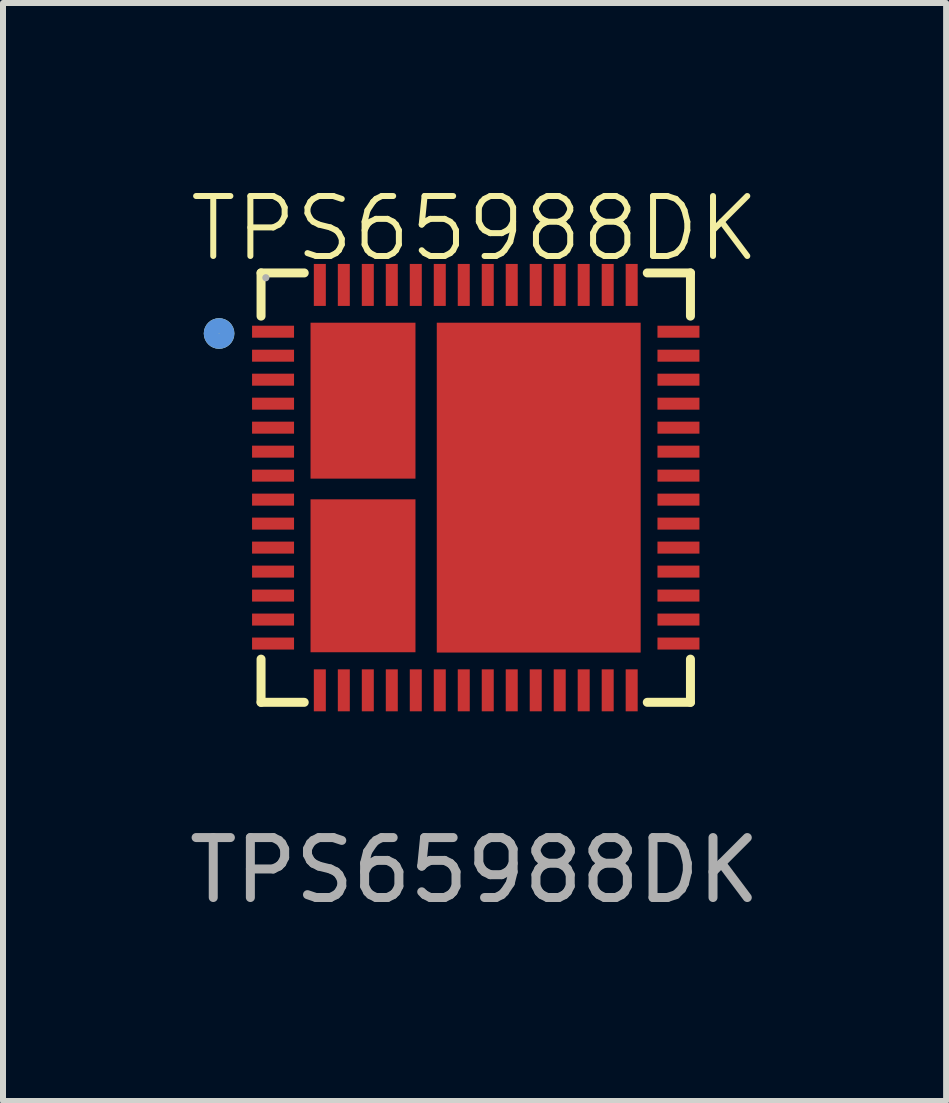
<source format=kicad_pcb>
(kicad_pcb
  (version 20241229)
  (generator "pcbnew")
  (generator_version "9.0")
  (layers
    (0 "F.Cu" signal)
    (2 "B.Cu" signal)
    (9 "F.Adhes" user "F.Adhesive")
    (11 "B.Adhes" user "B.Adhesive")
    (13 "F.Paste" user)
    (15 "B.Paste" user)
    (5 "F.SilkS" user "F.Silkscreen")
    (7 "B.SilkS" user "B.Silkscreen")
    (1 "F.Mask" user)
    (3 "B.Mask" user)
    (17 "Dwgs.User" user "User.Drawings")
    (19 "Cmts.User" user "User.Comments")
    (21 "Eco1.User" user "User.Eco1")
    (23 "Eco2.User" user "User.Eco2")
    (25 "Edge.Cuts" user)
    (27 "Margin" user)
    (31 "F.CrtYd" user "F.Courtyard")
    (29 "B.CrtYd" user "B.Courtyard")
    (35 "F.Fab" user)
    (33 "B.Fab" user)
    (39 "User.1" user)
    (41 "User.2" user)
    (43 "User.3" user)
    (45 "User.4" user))
  (footprint "TPS65988DK"
    (layer "F.Cu")
    (at 4.863 5.061)
    (property "Reference" "TPS65988DK" (at 0 -4.3 0) (unlocked yes) (layer "F.SilkS") (effects (font (size 1 1) (thickness 0.1))))
    (attr smd)
    (fp_line (start -3.56 -3.56) (end -2.84 -3.56) (stroke (width 0.15) (type solid)) (layer "F.SilkS"))
    (fp_line (start -3.56 -2.84) (end -3.56 -3.56) (stroke (width 0.15) (type solid)) (layer "F.SilkS"))
    (fp_line (start -3.56 2.88) (end -3.56 3.6) (stroke (width 0.15) (type solid)) (layer "F.SilkS"))
    (fp_line (start -3.56 3.6) (end -2.84 3.6) (stroke (width 0.15) (type solid)) (layer "F.SilkS"))
    (fp_line (start 3.6 -3.56) (end 2.88 -3.56) (stroke (width 0.15) (type solid)) (layer "F.SilkS"))
    (fp_line (start 3.6 -2.84) (end 3.6 -3.56) (stroke (width 0.15) (type solid)) (layer "F.SilkS"))
    (fp_line (start 3.6 2.88) (end 3.6 3.6) (stroke (width 0.15) (type solid)) (layer "F.SilkS"))
    (fp_line (start 3.6 3.6) (end 2.88 3.6) (stroke (width 0.15) (type solid)) (layer "F.SilkS"))
    (fp_circle (center -4.26 -2.55) (end -4.13 -2.55) (stroke (width 0.25) (type solid)) (fill no) (layer "F.SilkS"))
    (fp_circle (center -4.26 -2.55) (end -4.13 -2.55) (stroke (width 0.25) (type solid)) (fill no) (layer "Cmts.User"))
    (fp_circle (center -3.48 -3.48) (end -3.45 -3.48) (stroke (width 0.06) (type solid)) (fill no) (layer "F.Fab"))
    (fp_text user "${REFERENCE}" (at 0 6.4 0) (unlocked yes) (layer "F.Fab") (effects (font (size 1 1) (thickness 0.15))))
    (pad "1" smd rect (at -3.36 -2.58) (size 0.7 0.2) (layers "F.Cu" "F.Mask" "F.Paste"))
    (pad "2" smd rect (at -3.36 -2.18) (size 0.7 0.2) (layers "F.Cu" "F.Mask" "F.Paste"))
    (pad "3" smd rect (at -3.36 -1.78) (size 0.7 0.2) (layers "F.Cu" "F.Mask" "F.Paste"))
    (pad "4" smd rect (at -3.36 -1.38) (size 0.7 0.2) (layers "F.Cu" "F.Mask" "F.Paste"))
    (pad "5" smd rect (at -3.36 -0.98) (size 0.7 0.2) (layers "F.Cu" "F.Mask" "F.Paste"))
    (pad "6" smd rect (at -3.36 -0.58) (size 0.7 0.2) (layers "F.Cu" "F.Mask" "F.Paste"))
    (pad "7" smd rect (at -3.36 -0.18) (size 0.7 0.2) (layers "F.Cu" "F.Mask" "F.Paste"))
    (pad "8" smd rect (at -3.36 0.22) (size 0.7 0.2) (layers "F.Cu" "F.Mask" "F.Paste"))
    (pad "9" smd rect (at -3.36 0.62) (size 0.7 0.2) (layers "F.Cu" "F.Mask" "F.Paste"))
    (pad "10" smd rect (at -3.36 1.02) (size 0.7 0.2) (layers "F.Cu" "F.Mask" "F.Paste"))
    (pad "11" smd rect (at -3.36 1.42) (size 0.7 0.2) (layers "F.Cu" "F.Mask" "F.Paste"))
    (pad "12" smd rect (at -3.36 1.82) (size 0.7 0.2) (layers "F.Cu" "F.Mask" "F.Paste"))
    (pad "13" smd rect (at -3.36 2.22) (size 0.7 0.2) (layers "F.Cu" "F.Mask" "F.Paste"))
    (pad "14" smd rect (at -3.36 2.62) (size 0.7 0.2) (layers "F.Cu" "F.Mask" "F.Paste"))
    (pad "15" smd rect (at -2.58 3.4) (size 0.2 0.7) (layers "F.Cu" "F.Mask" "F.Paste"))
    (pad "16" smd rect (at -2.18 3.4) (size 0.2 0.7) (layers "F.Cu" "F.Mask" "F.Paste"))
    (pad "17" smd rect (at -1.78 3.4) (size 0.2 0.7) (layers "F.Cu" "F.Mask" "F.Paste"))
    (pad "18" smd rect (at -1.38 3.4) (size 0.2 0.7) (layers "F.Cu" "F.Mask" "F.Paste"))
    (pad "19" smd rect (at -0.98 3.4) (size 0.2 0.7) (layers "F.Cu" "F.Mask" "F.Paste"))
    (pad "20" smd rect (at -0.58 3.4) (size 0.2 0.7) (layers "F.Cu" "F.Mask" "F.Paste"))
    (pad "21" smd rect (at -0.18 3.4) (size 0.2 0.7) (layers "F.Cu" "F.Mask" "F.Paste"))
    (pad "22" smd rect (at 0.22 3.4) (size 0.2 0.7) (layers "F.Cu" "F.Mask" "F.Paste"))
    (pad "23" smd rect (at 0.62 3.4) (size 0.2 0.7) (layers "F.Cu" "F.Mask" "F.Paste"))
    (pad "24" smd rect (at 1.02 3.4) (size 0.2 0.7) (layers "F.Cu" "F.Mask" "F.Paste"))
    (pad "25" smd rect (at 1.42 3.4) (size 0.2 0.7) (layers "F.Cu" "F.Mask" "F.Paste"))
    (pad "26" smd rect (at 1.82 3.4) (size 0.2 0.7) (layers "F.Cu" "F.Mask" "F.Paste"))
    (pad "27" smd rect (at 2.22 3.4) (size 0.2 0.7) (layers "F.Cu" "F.Mask" "F.Paste"))
    (pad "28" smd rect (at 2.62 3.4) (size 0.2 0.7) (layers "F.Cu" "F.Mask" "F.Paste"))
    (pad "29" smd rect (at 3.4 2.62) (size 0.7 0.2) (layers "F.Cu" "F.Mask" "F.Paste"))
    (pad "30" smd rect (at 3.4 2.22) (size 0.7 0.2) (layers "F.Cu" "F.Mask" "F.Paste"))
    (pad "31" smd rect (at 3.4 1.82) (size 0.7 0.2) (layers "F.Cu" "F.Mask" "F.Paste"))
    (pad "32" smd rect (at 3.4 1.42) (size 0.7 0.2) (layers "F.Cu" "F.Mask" "F.Paste"))
    (pad "33" smd rect (at 3.4 1.02) (size 0.7 0.2) (layers "F.Cu" "F.Mask" "F.Paste"))
    (pad "34" smd rect (at 3.4 0.62) (size 0.7 0.2) (layers "F.Cu" "F.Mask" "F.Paste"))
    (pad "35" smd rect (at 3.4 0.22) (size 0.7 0.2) (layers "F.Cu" "F.Mask" "F.Paste"))
    (pad "36" smd rect (at 3.4 -0.18) (size 0.7 0.2) (layers "F.Cu" "F.Mask" "F.Paste"))
    (pad "37" smd rect (at 3.4 -0.58) (size 0.7 0.2) (layers "F.Cu" "F.Mask" "F.Paste"))
    (pad "38" smd rect (at 3.4 -0.98) (size 0.7 0.2) (layers "F.Cu" "F.Mask" "F.Paste"))
    (pad "39" smd rect (at 3.4 -1.38) (size 0.7 0.2) (layers "F.Cu" "F.Mask" "F.Paste"))
    (pad "40" smd rect (at 3.4 -1.78) (size 0.7 0.2) (layers "F.Cu" "F.Mask" "F.Paste"))
    (pad "41" smd rect (at 3.4 -2.18) (size 0.7 0.2) (layers "F.Cu" "F.Mask" "F.Paste"))
    (pad "42" smd rect (at 3.4 -2.58) (size 0.7 0.2) (layers "F.Cu" "F.Mask" "F.Paste"))
    (pad "43" smd rect (at 2.62 -3.36) (size 0.2 0.7) (layers "F.Cu" "F.Mask" "F.Paste"))
    (pad "44" smd rect (at 2.22 -3.36) (size 0.2 0.7) (layers "F.Cu" "F.Mask" "F.Paste"))
    (pad "45" smd rect (at 1.82 -3.36) (size 0.2 0.7) (layers "F.Cu" "F.Mask" "F.Paste"))
    (pad "46" smd rect (at 1.42 -3.36) (size 0.2 0.7) (layers "F.Cu" "F.Mask" "F.Paste"))
    (pad "47" smd rect (at 1.02 -3.36) (size 0.2 0.7) (layers "F.Cu" "F.Mask" "F.Paste"))
    (pad "48" smd rect (at 0.62 -3.36) (size 0.2 0.7) (layers "F.Cu" "F.Mask" "F.Paste"))
    (pad "49" smd rect (at 0.22 -3.36) (size 0.2 0.7) (layers "F.Cu" "F.Mask" "F.Paste"))
    (pad "50" smd rect (at -0.18 -3.36) (size 0.2 0.7) (layers "F.Cu" "F.Mask" "F.Paste"))
    (pad "51" smd rect (at -0.58 -3.36) (size 0.2 0.7) (layers "F.Cu" "F.Mask" "F.Paste"))
    (pad "52" smd rect (at -0.98 -3.36) (size 0.2 0.7) (layers "F.Cu" "F.Mask" "F.Paste"))
    (pad "53" smd rect (at -1.38 -3.36) (size 0.2 0.7) (layers "F.Cu" "F.Mask" "F.Paste"))
    (pad "54" smd rect (at -1.78 -3.36) (size 0.2 0.7) (layers "F.Cu" "F.Mask" "F.Paste"))
    (pad "55" smd rect (at -2.18 -3.36) (size 0.2 0.7) (layers "F.Cu" "F.Mask" "F.Paste"))
    (pad "56" smd rect (at -2.58 -3.36) (size 0.2 0.7) (layers "F.Cu" "F.Mask" "F.Paste"))
    (pad "57" smd rect (at -1.86 -1.43) (size 1.75 2.6) (layers "F.Cu" "F.Mask" "F.Paste"))
    (pad "58" smd rect (at -1.86 1.49) (size 1.75 2.55) (layers "F.Cu" "F.Mask" "F.Paste"))
    (pad "59" smd rect (at 1.07 0.02) (size 3.4 5.5) (layers "F.Cu" "F.Mask" "F.Paste")))
  (gr_rect
    (start -3 -3)
    (end 12.726 15.309)
    (stroke (width 0.1) (type default))
    (fill no)
    (layer "Edge.Cuts")))
</source>
